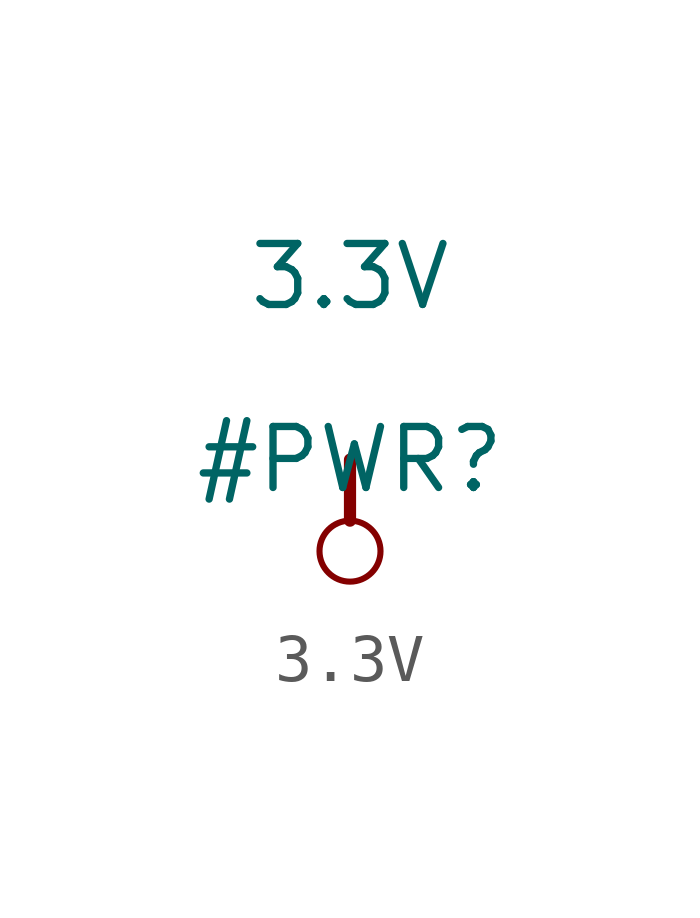
<source format=kicad_sym>
(kicad_symbol_lib
  (version 20211014)
  (generator kicad_symbol_editor)
  (symbol "3.3V"
    (power)
    (property "Reference" "#PWR"
      (at 0 0 0)
      (effects (font (size 1.27 1.27))))
    (property "Value" "3.3V"
      (at 0 3.81 0)
      (effects (font (size 1.27 1.27))))
    (symbol "3.3V_0_0"
      (circle (center 0 -1.905) (radius 0.635) (stroke (width 0.127) (type default) (color 0 0 0 0)) (fill (type none)))
      (polyline (pts (xy 0 0) (xy 0 -1.27)) (stroke (width 0.254) (type default) (color 0 0 0 0)) (fill (type none)))
      (pin power_in line (at 0 0 0) (length 0) hide (name "3.3V" (effects (font (size 1.27 1.27)))) (number "" (effects (font (size 1.27 1.27))))))))
</source>
